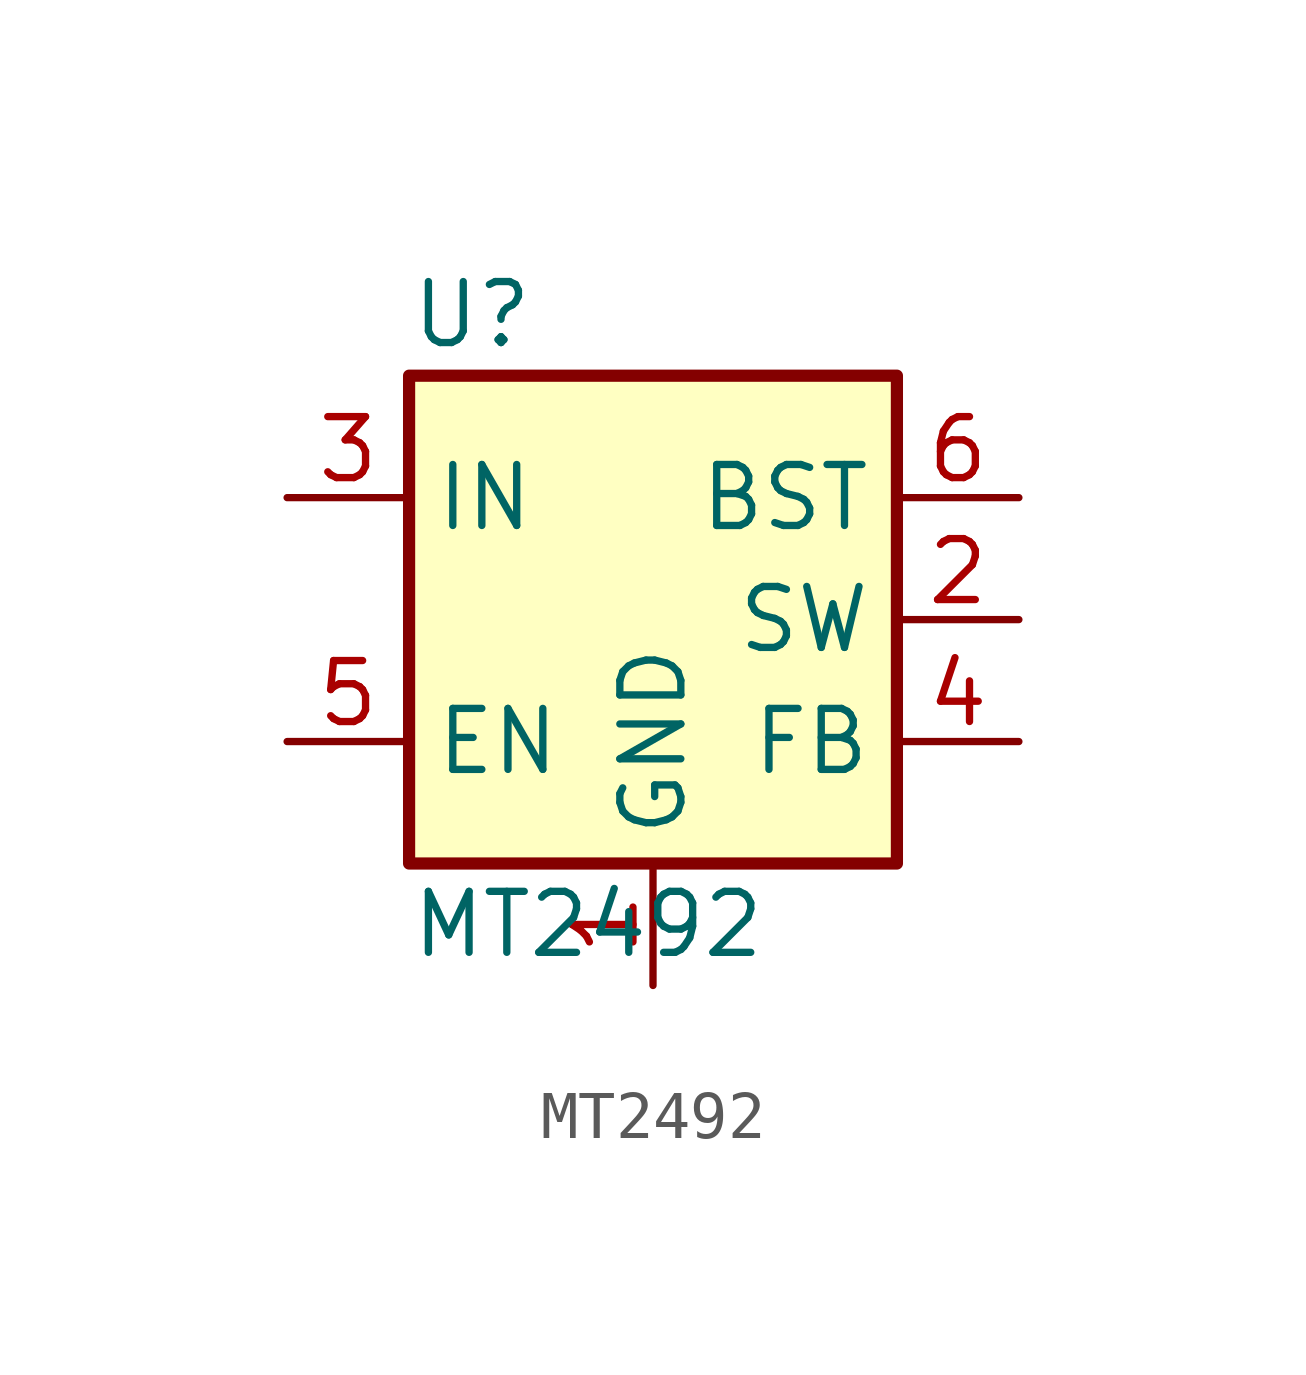
<source format=kicad_sym>
(kicad_symbol_lib
  (version 20220914)
  (generator kicad_symbol_editor)
  (symbol "MT2492"
    (property "Reference" "U"
      (at 0 1.27 0)
      (effects (font (size 1.27 1.27)) (justify left)))
    (property "Value" "MT2492"
      (at 0 -11.43 0)
      (effects (font (size 1.27 1.27)) (justify left)))
    (symbol "MT2492_0_1"
      (rectangle (start 0 0) (end 10.16 -10.16) (stroke (width 0.254) (type default)) (fill (type background))))
    (symbol "MT2492_1_1"
      (pin power_in line (at 5.08 -12.7 90) (length 2.54) (name "GND" (effects (font (size 1.27 1.27)))) (number "1" (effects (font (size 1.27 1.27)))))
      (pin power_out line (at 12.7 -5.08 180) (length 2.54) (name "SW" (effects (font (size 1.27 1.27)))) (number "2" (effects (font (size 1.27 1.27)))))
      (pin power_in line (at -2.54 -2.54 0) (length 2.54) (name "IN" (effects (font (size 1.27 1.27)))) (number "3" (effects (font (size 1.27 1.27)))))
      (pin input line (at 12.7 -7.62 180) (length 2.54) (name "FB" (effects (font (size 1.27 1.27)))) (number "4" (effects (font (size 1.27 1.27)))))
      (pin input line (at -2.54 -7.62 0) (length 2.54) (name "EN" (effects (font (size 1.27 1.27)))) (number "5" (effects (font (size 1.27 1.27)))))
      (pin passive line (at 12.7 -2.54 180) (length 2.54) (name "BST" (effects (font (size 1.27 1.27)))) (number "6" (effects (font (size 1.27 1.27))))))))
</source>
